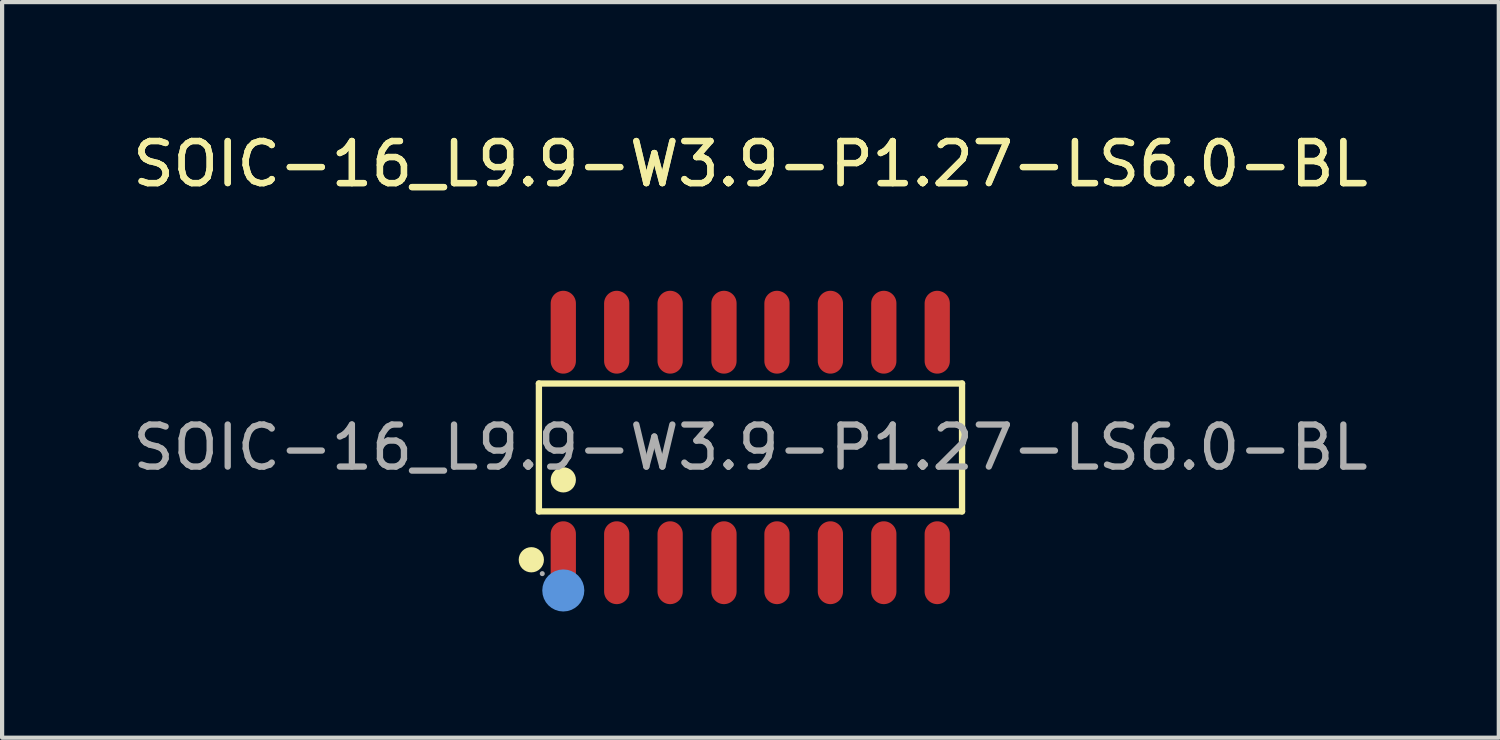
<source format=kicad_pcb>
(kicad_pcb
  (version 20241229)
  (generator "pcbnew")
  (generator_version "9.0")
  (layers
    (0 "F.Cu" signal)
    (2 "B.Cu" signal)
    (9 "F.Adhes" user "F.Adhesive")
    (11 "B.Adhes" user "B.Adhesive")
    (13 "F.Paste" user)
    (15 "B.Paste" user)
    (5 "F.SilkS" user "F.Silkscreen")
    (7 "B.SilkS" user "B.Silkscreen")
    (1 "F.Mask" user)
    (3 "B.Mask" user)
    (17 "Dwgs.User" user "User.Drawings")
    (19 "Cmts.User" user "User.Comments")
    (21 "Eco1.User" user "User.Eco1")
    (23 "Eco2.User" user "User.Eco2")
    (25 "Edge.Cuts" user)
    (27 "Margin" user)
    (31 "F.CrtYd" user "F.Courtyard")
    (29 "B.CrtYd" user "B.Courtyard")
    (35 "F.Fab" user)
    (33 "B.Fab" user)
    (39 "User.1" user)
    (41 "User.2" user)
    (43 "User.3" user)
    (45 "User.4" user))
  (footprint "SOIC-16_L9.9-W3.9-P1.27-LS6.0-BL"
    (layer "F.Cu")
    (at 14.792 7.588)
    (property "Reference" "SOIC-16_L9.9-W3.9-P1.27-LS6.0-BL" (at 0 -6.74 0) (layer "F.SilkS") (effects (font (size 1 1) (thickness 0.15))))
    (attr smd)
    (fp_line (start -5.03 -1.52) (end 5.03 -1.52) (stroke (width 0.15) (type solid)) (layer "F.SilkS"))
    (fp_line (start -5.03 1.52) (end -5.03 -1.52) (stroke (width 0.15) (type solid)) (layer "F.SilkS"))
    (fp_line (start 5.03 -1.52) (end 5.03 1.52) (stroke (width 0.15) (type solid)) (layer "F.SilkS"))
    (fp_line (start 5.03 1.52) (end -5.03 1.52) (stroke (width 0.15) (type solid)) (layer "F.SilkS"))
    (fp_circle (center -5.21 2.67) (end -5.06 2.67) (stroke (width 0.3) (type solid)) (fill no) (layer "F.SilkS"))
    (fp_circle (center -4.45 0.77) (end -4.3 0.77) (stroke (width 0.3) (type solid)) (fill no) (layer "F.SilkS"))
    (fp_circle (center -4.45 3.4) (end -4.2 3.4) (stroke (width 0.5) (type solid)) (fill no) (layer "Cmts.User"))
    (fp_circle (center -4.95 3) (end -4.92 3) (stroke (width 0.06) (type solid)) (fill no) (layer "F.Fab"))
    (fp_text user "${REFERENCE}" (at 0 -6.74 0) (layer "F.SilkS") (effects (font (size 1 1) (thickness 0.15))))
    (fp_text user "${REFERENCE}" (at 0 0 0) (layer "F.Fab") (effects (font (size 1 1) (thickness 0.15))))
    (pad "1" smd oval (at -4.45 2.74) (size 0.6 1.97) (layers "F.Cu" "F.Mask" "F.Paste"))
    (pad "2" smd oval (at -3.18 2.74) (size 0.6 1.97) (layers "F.Cu" "F.Mask" "F.Paste"))
    (pad "3" smd oval (at -1.91 2.74) (size 0.6 1.97) (layers "F.Cu" "F.Mask" "F.Paste"))
    (pad "4" smd oval (at -0.63 2.74) (size 0.6 1.97) (layers "F.Cu" "F.Mask" "F.Paste"))
    (pad "5" smd oval (at 0.63 2.74) (size 0.6 1.97) (layers "F.Cu" "F.Mask" "F.Paste"))
    (pad "6" smd oval (at 1.9 2.74) (size 0.6 1.97) (layers "F.Cu" "F.Mask" "F.Paste"))
    (pad "7" smd oval (at 3.17 2.74) (size 0.6 1.97) (layers "F.Cu" "F.Mask" "F.Paste"))
    (pad "8" smd oval (at 4.44 2.74) (size 0.6 1.97) (layers "F.Cu" "F.Mask" "F.Paste"))
    (pad "9" smd oval (at 4.44 -2.74) (size 0.6 1.97) (layers "F.Cu" "F.Mask" "F.Paste"))
    (pad "10" smd oval (at 3.17 -2.74) (size 0.6 1.97) (layers "F.Cu" "F.Mask" "F.Paste"))
    (pad "11" smd oval (at 1.9 -2.74) (size 0.6 1.97) (layers "F.Cu" "F.Mask" "F.Paste"))
    (pad "12" smd oval (at 0.63 -2.74) (size 0.6 1.97) (layers "F.Cu" "F.Mask" "F.Paste"))
    (pad "13" smd oval (at -0.63 -2.74) (size 0.6 1.97) (layers "F.Cu" "F.Mask" "F.Paste"))
    (pad "14" smd oval (at -1.91 -2.74) (size 0.6 1.97) (layers "F.Cu" "F.Mask" "F.Paste"))
    (pad "15" smd oval (at -3.18 -2.74) (size 0.6 1.97) (layers "F.Cu" "F.Mask" "F.Paste"))
    (pad "16" smd oval (at -4.45 -2.74) (size 0.6 1.97) (layers "F.Cu" "F.Mask" "F.Paste")))
  (gr_rect
    (start -3 -3)
    (end 32.583 14.488)
    (stroke (width 0.1) (type default))
    (fill no)
    (layer "Edge.Cuts")))
</source>
